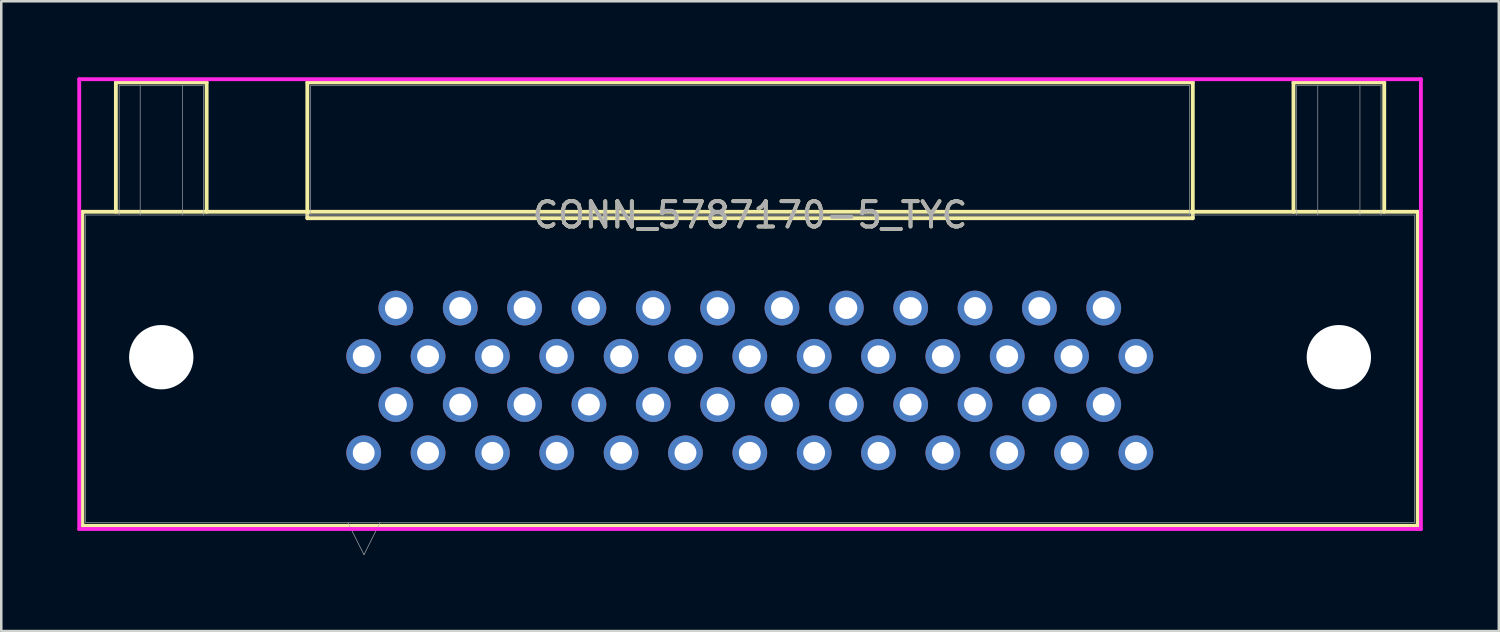
<source format=kicad_pcb>
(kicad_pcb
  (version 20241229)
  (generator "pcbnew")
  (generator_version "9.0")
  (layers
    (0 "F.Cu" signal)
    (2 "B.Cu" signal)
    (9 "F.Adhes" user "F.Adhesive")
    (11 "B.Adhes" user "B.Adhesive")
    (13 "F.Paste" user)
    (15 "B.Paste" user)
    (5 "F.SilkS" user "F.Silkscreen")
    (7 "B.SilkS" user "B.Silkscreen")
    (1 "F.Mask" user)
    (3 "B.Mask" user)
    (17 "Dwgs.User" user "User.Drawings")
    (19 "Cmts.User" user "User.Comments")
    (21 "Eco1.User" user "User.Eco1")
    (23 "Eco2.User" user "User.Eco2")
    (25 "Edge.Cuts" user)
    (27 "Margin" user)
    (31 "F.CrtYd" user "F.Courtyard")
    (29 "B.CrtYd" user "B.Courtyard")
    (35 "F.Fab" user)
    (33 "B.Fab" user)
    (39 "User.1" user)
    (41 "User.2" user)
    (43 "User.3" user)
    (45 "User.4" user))
  (footprint "CONN_5787170-5_TYC"
    (layer "F.Cu")
    (at 11.316 9.144)
    (property "Reference" "CONN_5787170-5_TYC" (at 15.24 -3.708 0) (unlocked yes) (layer "F.SilkS") (effects (font (size 1 1) (thickness 0.15))))
    (attr through_hole)
    (fp_line (start -11.113 -3.835) (end -11.113 8.56) (stroke (width 0.152) (type solid)) (layer "F.SilkS"))
    (fp_line (start -11.113 8.56) (end 41.593 8.56) (stroke (width 0.152) (type solid)) (layer "F.SilkS"))
    (fp_line (start -9.792 -8.941) (end -6.21 -8.941) (stroke (width 0.152) (type solid)) (layer "F.SilkS"))
    (fp_line (start -9.792 -3.835) (end -9.792 -8.941) (stroke (width 0.152) (type solid)) (layer "F.SilkS"))
    (fp_line (start -6.21 -8.941) (end -6.21 -3.835) (stroke (width 0.152) (type solid)) (layer "F.SilkS"))
    (fp_line (start -2.235 -8.941) (end -2.235 -3.581) (stroke (width 0.152) (type solid)) (layer "F.SilkS"))
    (fp_line (start -2.235 -3.581) (end 32.715 -3.581) (stroke (width 0.152) (type solid)) (layer "F.SilkS"))
    (fp_line (start 32.715 -8.941) (end -2.235 -8.941) (stroke (width 0.152) (type solid)) (layer "F.SilkS"))
    (fp_line (start 32.715 -3.581) (end 32.715 -8.941) (stroke (width 0.152) (type solid)) (layer "F.SilkS"))
    (fp_line (start 36.69 -8.941) (end 40.272 -8.941) (stroke (width 0.152) (type solid)) (layer "F.SilkS"))
    (fp_line (start 36.69 -3.835) (end 36.69 -8.941) (stroke (width 0.152) (type solid)) (layer "F.SilkS"))
    (fp_line (start 40.272 -8.941) (end 40.272 -3.835) (stroke (width 0.152) (type solid)) (layer "F.SilkS"))
    (fp_line (start 41.593 -3.835) (end -11.113 -3.835) (stroke (width 0.152) (type solid)) (layer "F.SilkS"))
    (fp_line (start 41.593 8.56) (end 41.593 -3.835) (stroke (width 0.152) (type solid)) (layer "F.SilkS"))
    (fp_line (start -11.239 -9.068) (end -11.239 8.687) (stroke (width 0.152) (type solid)) (layer "F.CrtYd"))
    (fp_line (start -11.239 8.687) (end 41.719 8.687) (stroke (width 0.152) (type solid)) (layer "F.CrtYd"))
    (fp_line (start 41.719 -9.068) (end -11.239 -9.068) (stroke (width 0.152) (type solid)) (layer "F.CrtYd"))
    (fp_line (start 41.719 8.687) (end 41.719 -9.068) (stroke (width 0.152) (type solid)) (layer "F.CrtYd"))
    (fp_line (start -10.986 -3.708) (end -10.986 8.433) (stroke (width 0.025) (type solid)) (layer "F.Fab"))
    (fp_line (start -10.986 8.433) (end 41.465 8.433) (stroke (width 0.025) (type solid)) (layer "F.Fab"))
    (fp_line (start -9.665 -8.814) (end -6.337 -8.814) (stroke (width 0.025) (type solid)) (layer "F.Fab"))
    (fp_line (start -9.665 -3.708) (end -9.665 -8.814) (stroke (width 0.025) (type solid)) (layer "F.Fab"))
    (fp_line (start -8.833 -3.708) (end -8.833 -8.814) (stroke (width 0.025) (type solid)) (layer "F.Fab"))
    (fp_line (start -7.169 -8.814) (end -7.169 -3.708) (stroke (width 0.025) (type solid)) (layer "F.Fab"))
    (fp_line (start -6.337 -8.814) (end -6.337 -3.708) (stroke (width 0.025) (type solid)) (layer "F.Fab"))
    (fp_line (start -2.108 -8.814) (end -2.108 -3.708) (stroke (width 0.025) (type solid)) (layer "F.Fab"))
    (fp_line (start -2.108 -3.708) (end 32.588 -3.708) (stroke (width 0.025) (type solid)) (layer "F.Fab"))
    (fp_line (start -0.635 8.433) (end 0 9.703) (stroke (width 0.025) (type solid)) (layer "F.Fab"))
    (fp_line (start 0.635 8.433) (end 0 9.703) (stroke (width 0.025) (type solid)) (layer "F.Fab"))
    (fp_line (start 32.588 -8.814) (end -2.108 -8.814) (stroke (width 0.025) (type solid)) (layer "F.Fab"))
    (fp_line (start 32.588 -3.708) (end 32.588 -8.814) (stroke (width 0.025) (type solid)) (layer "F.Fab"))
    (fp_line (start 36.817 -8.814) (end 40.145 -8.814) (stroke (width 0.025) (type solid)) (layer "F.Fab"))
    (fp_line (start 36.817 -3.708) (end 36.817 -8.814) (stroke (width 0.025) (type solid)) (layer "F.Fab"))
    (fp_line (start 37.649 -3.708) (end 37.649 -8.814) (stroke (width 0.025) (type solid)) (layer "F.Fab"))
    (fp_line (start 39.313 -8.814) (end 39.313 -3.708) (stroke (width 0.025) (type solid)) (layer "F.Fab"))
    (fp_line (start 40.145 -8.814) (end 40.145 -3.708) (stroke (width 0.025) (type solid)) (layer "F.Fab"))
    (fp_line (start 41.465 -3.708) (end -10.986 -3.708) (stroke (width 0.025) (type solid)) (layer "F.Fab"))
    (fp_line (start 41.465 8.433) (end 41.465 -3.708) (stroke (width 0.025) (type solid)) (layer "F.Fab"))
    (fp_text user "${REFERENCE}" (at 15.24 -3.708 0) (unlocked yes) (layer "F.Fab") (effects (font (size 1 1) (thickness 0.15))))
    (pad "" np_thru_hole circle (at -8.001 1.905) (size 2.54 2.54) (drill 2.54) (layers "*.Cu" "*.Mask"))
    (pad "" np_thru_hole circle (at 38.481 1.905) (size 2.54 2.54) (drill 2.54) (layers "*.Cu" "*.Mask"))
    (pad "1" thru_hole circle (at -0.01 5.68) (size 1.372 1.372) (drill 0.864) (layers "*.Cu" "*.Mask"))
    (pad "2" thru_hole circle (at 1.26 3.775) (size 1.372 1.372) (drill 0.864) (layers "*.Cu" "*.Mask"))
    (pad "3" thru_hole circle (at 2.53 5.68) (size 1.372 1.372) (drill 0.864) (layers "*.Cu" "*.Mask"))
    (pad "4" thru_hole circle (at 3.8 3.775) (size 1.372 1.372) (drill 0.864) (layers "*.Cu" "*.Mask"))
    (pad "5" thru_hole circle (at 5.07 5.68) (size 1.372 1.372) (drill 0.864) (layers "*.Cu" "*.Mask"))
    (pad "6" thru_hole circle (at 6.34 3.775) (size 1.372 1.372) (drill 0.864) (layers "*.Cu" "*.Mask"))
    (pad "7" thru_hole circle (at 7.61 5.68) (size 1.372 1.372) (drill 0.864) (layers "*.Cu" "*.Mask"))
    (pad "8" thru_hole circle (at 8.88 3.775) (size 1.372 1.372) (drill 0.864) (layers "*.Cu" "*.Mask"))
    (pad "9" thru_hole circle (at 10.15 5.68) (size 1.372 1.372) (drill 0.864) (layers "*.Cu" "*.Mask"))
    (pad "10" thru_hole circle (at 11.42 3.775) (size 1.372 1.372) (drill 0.864) (layers "*.Cu" "*.Mask"))
    (pad "11" thru_hole circle (at 12.69 5.68) (size 1.372 1.372) (drill 0.864) (layers "*.Cu" "*.Mask"))
    (pad "12" thru_hole circle (at 13.96 3.775) (size 1.372 1.372) (drill 0.864) (layers "*.Cu" "*.Mask"))
    (pad "13" thru_hole circle (at 15.23 5.68) (size 1.372 1.372) (drill 0.864) (layers "*.Cu" "*.Mask"))
    (pad "14" thru_hole circle (at 16.5 3.775) (size 1.372 1.372) (drill 0.864) (layers "*.Cu" "*.Mask"))
    (pad "15" thru_hole circle (at 17.77 5.68) (size 1.372 1.372) (drill 0.864) (layers "*.Cu" "*.Mask"))
    (pad "16" thru_hole circle (at 19.04 3.775) (size 1.372 1.372) (drill 0.864) (layers "*.Cu" "*.Mask"))
    (pad "17" thru_hole circle (at 20.31 5.68) (size 1.372 1.372) (drill 0.864) (layers "*.Cu" "*.Mask"))
    (pad "18" thru_hole circle (at 21.58 3.775) (size 1.372 1.372) (drill 0.864) (layers "*.Cu" "*.Mask"))
    (pad "19" thru_hole circle (at 22.85 5.68) (size 1.372 1.372) (drill 0.864) (layers "*.Cu" "*.Mask"))
    (pad "20" thru_hole circle (at 24.12 3.775) (size 1.372 1.372) (drill 0.864) (layers "*.Cu" "*.Mask"))
    (pad "21" thru_hole circle (at 25.39 5.68) (size 1.372 1.372) (drill 0.864) (layers "*.Cu" "*.Mask"))
    (pad "22" thru_hole circle (at 26.66 3.775) (size 1.372 1.372) (drill 0.864) (layers "*.Cu" "*.Mask"))
    (pad "23" thru_hole circle (at 27.93 5.68) (size 1.372 1.372) (drill 0.864) (layers "*.Cu" "*.Mask"))
    (pad "24" thru_hole circle (at 29.2 3.775) (size 1.372 1.372) (drill 0.864) (layers "*.Cu" "*.Mask"))
    (pad "25" thru_hole circle (at 30.47 5.68) (size 1.372 1.372) (drill 0.864) (layers "*.Cu" "*.Mask"))
    (pad "26" thru_hole circle (at -0.01 1.87) (size 1.372 1.372) (drill 0.864) (layers "*.Cu" "*.Mask"))
    (pad "27" thru_hole circle (at 1.26 -0.035) (size 1.372 1.372) (drill 0.864) (layers "*.Cu" "*.Mask"))
    (pad "28" thru_hole circle (at 2.53 1.87) (size 1.372 1.372) (drill 0.864) (layers "*.Cu" "*.Mask"))
    (pad "29" thru_hole circle (at 3.8 -0.035) (size 1.372 1.372) (drill 0.864) (layers "*.Cu" "*.Mask"))
    (pad "30" thru_hole circle (at 5.07 1.87) (size 1.372 1.372) (drill 0.864) (layers "*.Cu" "*.Mask"))
    (pad "31" thru_hole circle (at 6.34 -0.035) (size 1.372 1.372) (drill 0.864) (layers "*.Cu" "*.Mask"))
    (pad "32" thru_hole circle (at 7.61 1.87) (size 1.372 1.372) (drill 0.864) (layers "*.Cu" "*.Mask"))
    (pad "33" thru_hole circle (at 8.88 -0.035) (size 1.372 1.372) (drill 0.864) (layers "*.Cu" "*.Mask"))
    (pad "34" thru_hole circle (at 10.15 1.87) (size 1.372 1.372) (drill 0.864) (layers "*.Cu" "*.Mask"))
    (pad "35" thru_hole circle (at 11.42 -0.035) (size 1.372 1.372) (drill 0.864) (layers "*.Cu" "*.Mask"))
    (pad "36" thru_hole circle (at 12.69 1.87) (size 1.372 1.372) (drill 0.864) (layers "*.Cu" "*.Mask"))
    (pad "37" thru_hole circle (at 13.96 -0.035) (size 1.372 1.372) (drill 0.864) (layers "*.Cu" "*.Mask"))
    (pad "38" thru_hole circle (at 15.23 1.87) (size 1.372 1.372) (drill 0.864) (layers "*.Cu" "*.Mask"))
    (pad "39" thru_hole circle (at 16.5 -0.035) (size 1.372 1.372) (drill 0.864) (layers "*.Cu" "*.Mask"))
    (pad "40" thru_hole circle (at 17.77 1.87) (size 1.372 1.372) (drill 0.864) (layers "*.Cu" "*.Mask"))
    (pad "41" thru_hole circle (at 19.04 -0.035) (size 1.372 1.372) (drill 0.864) (layers "*.Cu" "*.Mask"))
    (pad "42" thru_hole circle (at 20.31 1.87) (size 1.372 1.372) (drill 0.864) (layers "*.Cu" "*.Mask"))
    (pad "43" thru_hole circle (at 21.58 -0.035) (size 1.372 1.372) (drill 0.864) (layers "*.Cu" "*.Mask"))
    (pad "44" thru_hole circle (at 22.85 1.87) (size 1.372 1.372) (drill 0.864) (layers "*.Cu" "*.Mask"))
    (pad "45" thru_hole circle (at 24.12 -0.035) (size 1.372 1.372) (drill 0.864) (layers "*.Cu" "*.Mask"))
    (pad "46" thru_hole circle (at 25.39 1.87) (size 1.372 1.372) (drill 0.864) (layers "*.Cu" "*.Mask"))
    (pad "47" thru_hole circle (at 26.66 -0.035) (size 1.372 1.372) (drill 0.864) (layers "*.Cu" "*.Mask"))
    (pad "48" thru_hole circle (at 27.93 1.87) (size 1.372 1.372) (drill 0.864) (layers "*.Cu" "*.Mask"))
    (pad "49" thru_hole circle (at 29.2 -0.035) (size 1.372 1.372) (drill 0.864) (layers "*.Cu" "*.Mask"))
    (pad "50" thru_hole circle (at 30.47 1.87) (size 1.372 1.372) (drill 0.864) (layers "*.Cu" "*.Mask")))
  (gr_rect
    (start -3 -3)
    (end 56.111 21.86)
    (stroke (width 0.1) (type default))
    (fill no)
    (layer "Edge.Cuts")))
</source>
